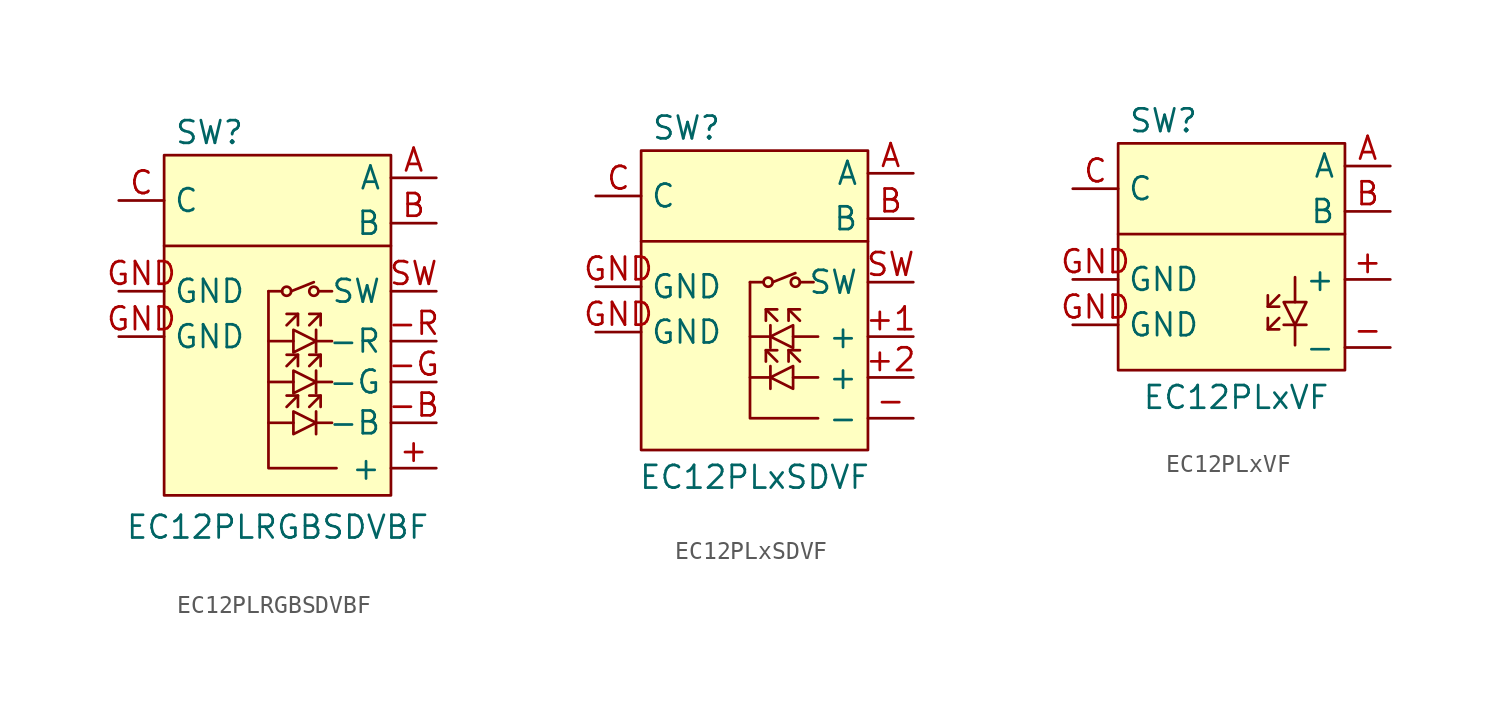
<source format=kicad_sym>
(kicad_symbol_lib
  (version 20220914)
  (generator kicad_symbol_editor)
  (symbol "EC12PLRGBSDVBF"
    (property "Reference" "SW"
      (at -3.81 7.62 0)
      (effects (font (size 1.27 1.27))))
    (property "Value" "EC12PLRGBSDVBF"
      (at 0 -14.478 0)
      (effects (font (size 1.27 1.27))))
    (symbol "EC12PLRGBSDVBF_0_1"
      (rectangle (start -6.35 6.35) (end 6.35 -12.7) (stroke (width 0) (type default)) (fill (type background)))
      (polyline (pts (xy -0.508 -8.636) (xy 0.889 -8.636)) (stroke (width 0) (type default)) (fill (type none)))
      (polyline (pts (xy -0.508 -6.35) (xy 0.889 -6.35)) (stroke (width 0) (type default)) (fill (type none)))
      (polyline (pts (xy -0.508 -4.064) (xy 0.889 -4.064)) (stroke (width 0) (type default)) (fill (type none)))
      (polyline (pts (xy 0.254 -1.27) (xy -0.508 -1.27)) (stroke (width 0) (type default)) (fill (type none)))
      (polyline (pts (xy 0.762 -1.27) (xy 2.032 -0.762)) (stroke (width 0) (type default)) (fill (type none)))
      (polyline (pts (xy 1.143 -7.112) (xy 0.508 -7.747)) (stroke (width 0) (type default)) (fill (type none)))
      (polyline (pts (xy 1.143 -4.826) (xy 0.508 -5.461)) (stroke (width 0) (type default)) (fill (type none)))
      (polyline (pts (xy 1.143 -2.54) (xy 0.508 -3.175)) (stroke (width 0) (type default)) (fill (type none)))
      (polyline (pts (xy 2.159 -8.001) (xy 2.159 -9.271)) (stroke (width 0) (type default)) (fill (type none)))
      (polyline (pts (xy 2.159 -5.715) (xy 2.159 -6.985)) (stroke (width 0) (type default)) (fill (type none)))
      (polyline (pts (xy 2.159 -3.429) (xy 2.159 -4.699)) (stroke (width 0) (type default)) (fill (type none)))
      (polyline (pts (xy 2.286 -1.27) (xy 3.048 -1.27)) (stroke (width 0) (type default)) (fill (type none)))
      (polyline (pts (xy 2.413 -7.112) (xy 1.778 -7.747)) (stroke (width 0) (type default)) (fill (type none)))
      (polyline (pts (xy 2.413 -4.826) (xy 1.778 -5.461)) (stroke (width 0) (type default)) (fill (type none)))
      (polyline (pts (xy 2.413 -2.54) (xy 1.778 -3.175)) (stroke (width 0) (type default)) (fill (type none)))
      (polyline (pts (xy 3.048 -8.636) (xy 2.159 -8.636)) (stroke (width 0) (type default)) (fill (type none)))
      (polyline (pts (xy 3.048 -6.35) (xy 2.159 -6.35)) (stroke (width 0) (type default)) (fill (type none)))
      (polyline (pts (xy 3.048 -4.064) (xy 2.159 -4.064)) (stroke (width 0) (type default)) (fill (type none)))
      (polyline (pts (xy 6.35 1.27) (xy -6.35 1.27)) (stroke (width 0) (type default)) (fill (type none)))
      (polyline (pts (xy -0.508 -1.27) (xy -0.508 -11.176) (xy 3.302 -11.176)) (stroke (width 0) (type default)) (fill (type none)))
      (polyline (pts (xy 0.508 -7.112) (xy 1.143 -7.112) (xy 1.143 -7.747)) (stroke (width 0) (type default)) (fill (type none)))
      (polyline (pts (xy 0.508 -4.826) (xy 1.143 -4.826) (xy 1.143 -5.461)) (stroke (width 0) (type default)) (fill (type none)))
      (polyline (pts (xy 0.508 -2.54) (xy 1.143 -2.54) (xy 1.143 -3.175)) (stroke (width 0) (type default)) (fill (type none)))
      (polyline (pts (xy 1.778 -7.112) (xy 2.413 -7.112) (xy 2.413 -7.747)) (stroke (width 0) (type default)) (fill (type none)))
      (polyline (pts (xy 1.778 -4.826) (xy 2.413 -4.826) (xy 2.413 -5.461)) (stroke (width 0) (type default)) (fill (type none)))
      (polyline (pts (xy 1.778 -2.54) (xy 2.413 -2.54) (xy 2.413 -3.175)) (stroke (width 0) (type default)) (fill (type none)))
      (polyline (pts (xy 0.889 -8.001) (xy 0.889 -9.271) (xy 2.159 -8.636) (xy 0.889 -8.001)) (stroke (width 0) (type default)) (fill (type none)))
      (polyline (pts (xy 0.889 -5.715) (xy 0.889 -6.985) (xy 2.159 -6.35) (xy 0.889 -5.715)) (stroke (width 0) (type default)) (fill (type none)))
      (polyline (pts (xy 0.889 -3.429) (xy 0.889 -4.699) (xy 2.159 -4.064) (xy 0.889 -3.429)) (stroke (width 0) (type default)) (fill (type none)))
      (circle (center 0.508 -1.27) (radius 0.254) (stroke (width 0) (type default)) (fill (type none)))
      (circle (center 2.032 -1.27) (radius 0.254) (stroke (width 0) (type default)) (fill (type none))))
    (symbol "EC12PLRGBSDVBF_1_1"
      (pin passive line (at 8.89 -11.176 180) (length 2.54) (name "+" (effects (font (size 1.27 1.27)))) (number "+" (effects (font (size 1.27 1.27)))))
      (pin passive line (at 8.89 -8.636 180) (length 2.54) (name "-B" (effects (font (size 1.27 1.27)))) (number "-B" (effects (font (size 1.27 1.27)))))
      (pin passive line (at 8.89 -6.35 180) (length 2.54) (name "-G" (effects (font (size 1.27 1.27)))) (number "-G" (effects (font (size 1.27 1.27)))))
      (pin passive line (at 8.89 -4.064 180) (length 2.54) (name "-R" (effects (font (size 1.27 1.27)))) (number "-R" (effects (font (size 1.27 1.27)))))
      (pin passive line (at 8.89 5.08 180) (length 2.54) (name "A" (effects (font (size 1.27 1.27)))) (number "A" (effects (font (size 1.27 1.27)))))
      (pin passive line (at 8.89 2.54 180) (length 2.54) (name "B" (effects (font (size 1.27 1.27)))) (number "B" (effects (font (size 1.27 1.27)))))
      (pin passive line (at -8.89 3.81 0) (length 2.54) (name "C" (effects (font (size 1.27 1.27)))) (number "C" (effects (font (size 1.27 1.27)))))
      (pin passive line (at -8.89 -3.81 0) (length 2.54) (name "GND" (effects (font (size 1.27 1.27)))) (number "GND" (effects (font (size 1.27 1.27)))))
      (pin passive line (at -8.89 -1.27 0) (length 2.54) (name "GND" (effects (font (size 1.27 1.27)))) (number "GND" (effects (font (size 1.27 1.27)))))
      (pin passive line (at 8.89 -1.27 180) (length 2.54) (name "SW" (effects (font (size 1.27 1.27)))) (number "SW" (effects (font (size 1.27 1.27)))))))
  (symbol "EC12PLxSDVF"
    (property "Reference" "SW"
      (at -3.81 7.62 0)
      (effects (font (size 1.27 1.27))))
    (property "Value" "EC12PLxSDVF"
      (at 0 -11.938 0)
      (effects (font (size 1.27 1.27))))
    (symbol "EC12PLxSDVF_0_1"
      (rectangle (start -6.35 6.35) (end 6.35 -10.414) (stroke (width 0) (type default)) (fill (type background)))
      (polyline (pts (xy -0.254 -6.35) (xy 0.889 -6.35)) (stroke (width 0) (type default)) (fill (type none)))
      (polyline (pts (xy -0.254 -4.064) (xy 0.889 -4.064)) (stroke (width 0) (type default)) (fill (type none)))
      (polyline (pts (xy 0.508 -1.016) (xy -0.254 -1.016)) (stroke (width 0) (type default)) (fill (type none)))
      (polyline (pts (xy 0.635 -4.826) (xy 1.27 -5.461)) (stroke (width 0) (type default)) (fill (type none)))
      (polyline (pts (xy 0.635 -2.54) (xy 1.27 -3.175)) (stroke (width 0) (type default)) (fill (type none)))
      (polyline (pts (xy 0.889 -5.715) (xy 0.889 -6.985)) (stroke (width 0) (type default)) (fill (type none)))
      (polyline (pts (xy 0.889 -3.429) (xy 0.889 -4.699)) (stroke (width 0) (type default)) (fill (type none)))
      (polyline (pts (xy 1.016 -1.016) (xy 2.286 -0.508)) (stroke (width 0) (type default)) (fill (type none)))
      (polyline (pts (xy 1.905 -4.826) (xy 2.54 -5.461)) (stroke (width 0) (type default)) (fill (type none)))
      (polyline (pts (xy 1.905 -2.54) (xy 2.54 -3.175)) (stroke (width 0) (type default)) (fill (type none)))
      (polyline (pts (xy 2.54 -1.016) (xy 3.302 -1.016)) (stroke (width 0) (type default)) (fill (type none)))
      (polyline (pts (xy 3.556 -6.35) (xy 2.159 -6.35)) (stroke (width 0) (type default)) (fill (type none)))
      (polyline (pts (xy 3.556 -4.064) (xy 2.159 -4.064)) (stroke (width 0) (type default)) (fill (type none)))
      (polyline (pts (xy 6.35 1.27) (xy -6.35 1.27)) (stroke (width 0) (type default)) (fill (type none)))
      (polyline (pts (xy -0.254 -1.016) (xy -0.254 -8.636) (xy 3.556 -8.636)) (stroke (width 0) (type default)) (fill (type none)))
      (polyline (pts (xy 1.27 -4.826) (xy 0.635 -4.826) (xy 0.635 -5.461)) (stroke (width 0) (type default)) (fill (type none)))
      (polyline (pts (xy 1.27 -2.54) (xy 0.635 -2.54) (xy 0.635 -3.175)) (stroke (width 0) (type default)) (fill (type none)))
      (polyline (pts (xy 2.54 -4.826) (xy 1.905 -4.826) (xy 1.905 -5.461)) (stroke (width 0) (type default)) (fill (type none)))
      (polyline (pts (xy 2.54 -2.54) (xy 1.905 -2.54) (xy 1.905 -3.175)) (stroke (width 0) (type default)) (fill (type none)))
      (polyline (pts (xy 2.159 -5.715) (xy 2.159 -6.985) (xy 0.889 -6.35) (xy 2.159 -5.715)) (stroke (width 0) (type default)) (fill (type none)))
      (polyline (pts (xy 2.159 -3.429) (xy 2.159 -4.699) (xy 0.889 -4.064) (xy 2.159 -3.429)) (stroke (width 0) (type default)) (fill (type none)))
      (circle (center 0.762 -1.016) (radius 0.254) (stroke (width 0) (type default)) (fill (type none)))
      (circle (center 2.286 -1.016) (radius 0.254) (stroke (width 0) (type default)) (fill (type none))))
    (symbol "EC12PLxSDVF_1_1"
      (pin passive line (at 8.89 -4.064 180) (length 2.54) (name "+" (effects (font (size 1.27 1.27)))) (number "+1" (effects (font (size 1.27 1.27)))))
      (pin passive line (at 8.89 -6.35 180) (length 2.54) (name "+" (effects (font (size 1.27 1.27)))) (number "+2" (effects (font (size 1.27 1.27)))))
      (pin passive line (at 8.89 -8.636 180) (length 2.54) (name "-" (effects (font (size 1.27 1.27)))) (number "-" (effects (font (size 1.27 1.27)))))
      (pin passive line (at 8.89 5.08 180) (length 2.54) (name "A" (effects (font (size 1.27 1.27)))) (number "A" (effects (font (size 1.27 1.27)))))
      (pin passive line (at 8.89 2.54 180) (length 2.54) (name "B" (effects (font (size 1.27 1.27)))) (number "B" (effects (font (size 1.27 1.27)))))
      (pin passive line (at -8.89 3.81 0) (length 2.54) (name "C" (effects (font (size 1.27 1.27)))) (number "C" (effects (font (size 1.27 1.27)))))
      (pin passive line (at -8.89 -3.81 0) (length 2.54) (name "GND" (effects (font (size 1.27 1.27)))) (number "GND" (effects (font (size 1.27 1.27)))))
      (pin passive line (at -8.89 -1.27 0) (length 2.54) (name "GND" (effects (font (size 1.27 1.27)))) (number "GND" (effects (font (size 1.27 1.27)))))
      (pin passive line (at 8.89 -1.016 180) (length 2.54) (name "SW" (effects (font (size 1.27 1.27)))) (number "SW" (effects (font (size 1.27 1.27)))))))
  (symbol "EC12PLxVF"
    (property "Reference" "SW"
      (at -3.81 7.62 0)
      (effects (font (size 1.27 1.27))))
    (property "Value" "EC12PLxVF"
      (at 0.254 -7.874 0)
      (effects (font (size 1.27 1.27))))
    (symbol "EC12PLxVF_0_1"
      (rectangle (start -6.35 6.35) (end 6.35 -6.35) (stroke (width 0) (type default)) (fill (type background)))
      (polyline (pts (xy 2.032 -4.064) (xy 2.667 -3.429)) (stroke (width 0) (type default)) (fill (type none)))
      (polyline (pts (xy 2.032 -2.794) (xy 2.667 -2.159)) (stroke (width 0) (type default)) (fill (type none)))
      (polyline (pts (xy 2.921 -3.81) (xy 4.191 -3.81)) (stroke (width 0) (type default)) (fill (type none)))
      (polyline (pts (xy 3.556 -4.953) (xy 3.556 -3.81)) (stroke (width 0) (type default)) (fill (type none)))
      (polyline (pts (xy 3.556 -1.143) (xy 3.556 -2.54)) (stroke (width 0) (type default)) (fill (type none)))
      (polyline (pts (xy 6.35 1.27) (xy -6.35 1.27)) (stroke (width 0) (type default)) (fill (type none)))
      (polyline (pts (xy 2.032 -3.429) (xy 2.032 -4.064) (xy 2.667 -4.064)) (stroke (width 0) (type default)) (fill (type none)))
      (polyline (pts (xy 2.032 -2.159) (xy 2.032 -2.794) (xy 2.667 -2.794)) (stroke (width 0) (type default)) (fill (type none)))
      (polyline (pts (xy 2.921 -2.54) (xy 4.191 -2.54) (xy 3.556 -3.81) (xy 2.921 -2.54)) (stroke (width 0) (type default)) (fill (type none))))
    (symbol "EC12PLxVF_1_1"
      (pin passive line (at 8.89 -1.27 180) (length 2.54) (name "+" (effects (font (size 1.27 1.27)))) (number "+" (effects (font (size 1.27 1.27)))))
      (pin passive line (at 8.89 -5.08 180) (length 2.54) (name "-" (effects (font (size 1.27 1.27)))) (number "-" (effects (font (size 1.27 1.27)))))
      (pin passive line (at 8.89 5.08 180) (length 2.54) (name "A" (effects (font (size 1.27 1.27)))) (number "A" (effects (font (size 1.27 1.27)))))
      (pin passive line (at 8.89 2.54 180) (length 2.54) (name "B" (effects (font (size 1.27 1.27)))) (number "B" (effects (font (size 1.27 1.27)))))
      (pin passive line (at -8.89 3.81 0) (length 2.54) (name "C" (effects (font (size 1.27 1.27)))) (number "C" (effects (font (size 1.27 1.27)))))
      (pin passive line (at -8.89 -3.81 0) (length 2.54) (name "GND" (effects (font (size 1.27 1.27)))) (number "GND" (effects (font (size 1.27 1.27)))))
      (pin passive line (at -8.89 -1.27 0) (length 2.54) (name "GND" (effects (font (size 1.27 1.27)))) (number "GND" (effects (font (size 1.27 1.27))))))))
</source>
